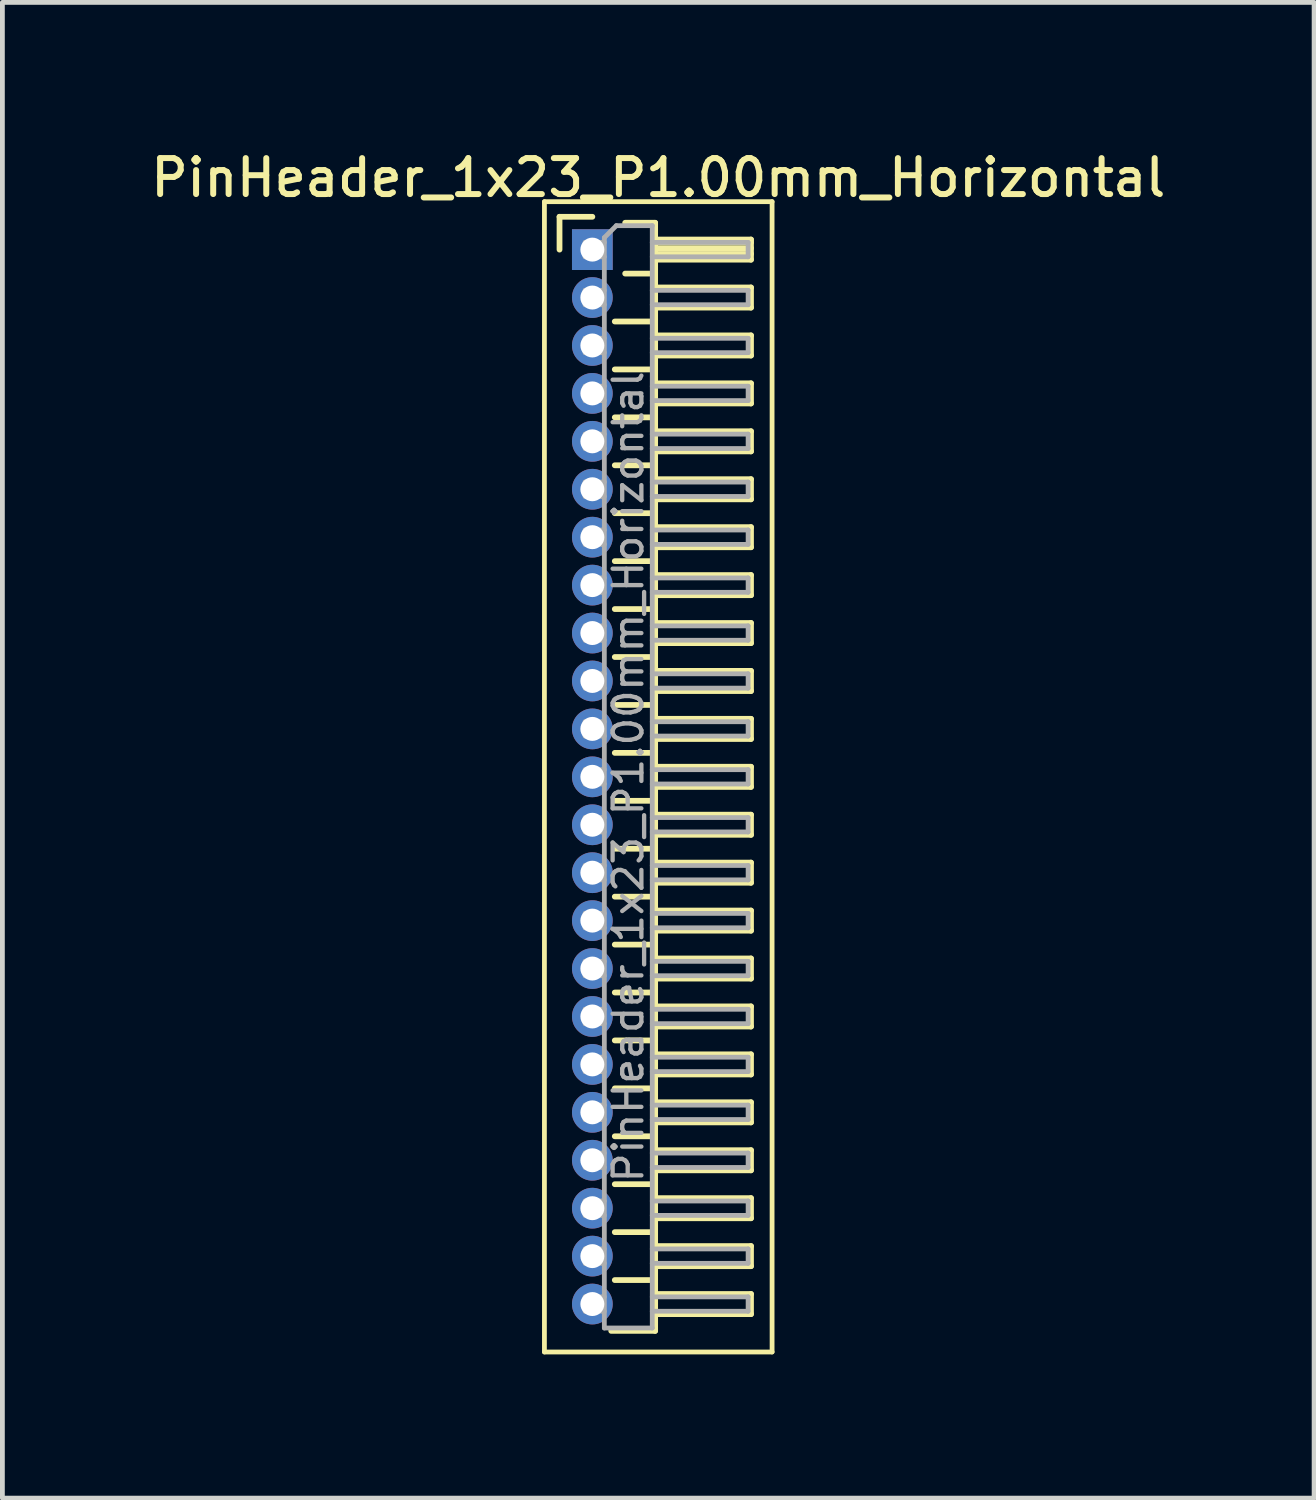
<source format=kicad_pcb>
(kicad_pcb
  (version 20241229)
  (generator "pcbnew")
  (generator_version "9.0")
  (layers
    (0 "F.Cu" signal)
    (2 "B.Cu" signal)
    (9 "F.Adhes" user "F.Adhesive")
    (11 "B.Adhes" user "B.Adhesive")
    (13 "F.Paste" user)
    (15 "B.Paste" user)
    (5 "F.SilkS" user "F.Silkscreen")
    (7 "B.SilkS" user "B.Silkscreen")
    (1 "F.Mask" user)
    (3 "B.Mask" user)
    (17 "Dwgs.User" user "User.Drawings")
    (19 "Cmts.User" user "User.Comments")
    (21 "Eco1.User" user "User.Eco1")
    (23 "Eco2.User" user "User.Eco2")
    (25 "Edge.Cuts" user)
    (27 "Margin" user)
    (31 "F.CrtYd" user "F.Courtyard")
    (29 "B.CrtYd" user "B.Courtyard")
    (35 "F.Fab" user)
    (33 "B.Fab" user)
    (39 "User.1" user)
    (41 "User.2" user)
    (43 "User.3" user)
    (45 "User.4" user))
  (footprint "PinHeader_1x23_P1.00mm_Horizontal"
    (layer "F.Cu")
    (at 9.309 2.158)
    (property "Reference" "PinHeader_1x23_P1.00mm_Horizontal" (at 1.375 -1.5 0) (layer "F.SilkS") (effects (font (size 0.75 0.75) (thickness 0.125))))
    (attr through_hole)
    (fp_line (start -1 -1) (end -1 23) (stroke (width 0.1) (type solid)) (layer "F.SilkS"))
    (fp_line (start -1 23) (end 3.75 23) (stroke (width 0.1) (type solid)) (layer "F.SilkS"))
    (fp_line (start -0.685 -0.685) (end 0 -0.685) (stroke (width 0.12) (type solid)) (layer "F.SilkS"))
    (fp_line (start -0.685 0) (end -0.685 -0.685) (stroke (width 0.12) (type solid)) (layer "F.SilkS"))
    (fp_line (start 0.468 1.5) (end 1.31 1.5) (stroke (width 0.12) (type solid)) (layer "F.SilkS"))
    (fp_line (start 0.468 2.5) (end 1.31 2.5) (stroke (width 0.12) (type solid)) (layer "F.SilkS"))
    (fp_line (start 0.468 3.5) (end 1.31 3.5) (stroke (width 0.12) (type solid)) (layer "F.SilkS"))
    (fp_line (start 0.468 4.5) (end 1.31 4.5) (stroke (width 0.12) (type solid)) (layer "F.SilkS"))
    (fp_line (start 0.468 5.5) (end 1.31 5.5) (stroke (width 0.12) (type solid)) (layer "F.SilkS"))
    (fp_line (start 0.468 6.5) (end 1.31 6.5) (stroke (width 0.12) (type solid)) (layer "F.SilkS"))
    (fp_line (start 0.468 7.5) (end 1.31 7.5) (stroke (width 0.12) (type solid)) (layer "F.SilkS"))
    (fp_line (start 0.468 8.5) (end 1.31 8.5) (stroke (width 0.12) (type solid)) (layer "F.SilkS"))
    (fp_line (start 0.468 9.5) (end 1.31 9.5) (stroke (width 0.12) (type solid)) (layer "F.SilkS"))
    (fp_line (start 0.468 10.5) (end 1.31 10.5) (stroke (width 0.12) (type solid)) (layer "F.SilkS"))
    (fp_line (start 0.468 11.5) (end 1.31 11.5) (stroke (width 0.12) (type solid)) (layer "F.SilkS"))
    (fp_line (start 0.468 12.5) (end 1.31 12.5) (stroke (width 0.12) (type solid)) (layer "F.SilkS"))
    (fp_line (start 0.468 13.5) (end 1.31 13.5) (stroke (width 0.12) (type solid)) (layer "F.SilkS"))
    (fp_line (start 0.468 14.5) (end 1.31 14.5) (stroke (width 0.12) (type solid)) (layer "F.SilkS"))
    (fp_line (start 0.468 15.5) (end 1.31 15.5) (stroke (width 0.12) (type solid)) (layer "F.SilkS"))
    (fp_line (start 0.468 16.5) (end 1.31 16.5) (stroke (width 0.12) (type solid)) (layer "F.SilkS"))
    (fp_line (start 0.468 17.5) (end 1.31 17.5) (stroke (width 0.12) (type solid)) (layer "F.SilkS"))
    (fp_line (start 0.468 18.5) (end 1.31 18.5) (stroke (width 0.12) (type solid)) (layer "F.SilkS"))
    (fp_line (start 0.468 19.5) (end 1.31 19.5) (stroke (width 0.12) (type solid)) (layer "F.SilkS"))
    (fp_line (start 0.468 20.5) (end 1.31 20.5) (stroke (width 0.12) (type solid)) (layer "F.SilkS"))
    (fp_line (start 0.468 21.5) (end 1.31 21.5) (stroke (width 0.12) (type solid)) (layer "F.SilkS"))
    (fp_line (start 0.685 -0.56) (end 1.31 -0.56) (stroke (width 0.12) (type solid)) (layer "F.SilkS"))
    (fp_line (start 0.685 0.5) (end 1.31 0.5) (stroke (width 0.12) (type solid)) (layer "F.SilkS"))
    (fp_line (start 1.31 -0.56) (end 1.31 22.56) (stroke (width 0.12) (type solid)) (layer "F.SilkS"))
    (fp_line (start 1.31 -0.21) (end 3.31 -0.21) (stroke (width 0.12) (type solid)) (layer "F.SilkS"))
    (fp_line (start 1.31 -0.15) (end 3.31 -0.15) (stroke (width 0.12) (type solid)) (layer "F.SilkS"))
    (fp_line (start 1.31 -0.03) (end 3.31 -0.03) (stroke (width 0.12) (type solid)) (layer "F.SilkS"))
    (fp_line (start 1.31 0.09) (end 3.31 0.09) (stroke (width 0.12) (type solid)) (layer "F.SilkS"))
    (fp_line (start 1.31 0.79) (end 3.31 0.79) (stroke (width 0.12) (type solid)) (layer "F.SilkS"))
    (fp_line (start 1.31 1.79) (end 3.31 1.79) (stroke (width 0.12) (type solid)) (layer "F.SilkS"))
    (fp_line (start 1.31 2.79) (end 3.31 2.79) (stroke (width 0.12) (type solid)) (layer "F.SilkS"))
    (fp_line (start 1.31 3.79) (end 3.31 3.79) (stroke (width 0.12) (type solid)) (layer "F.SilkS"))
    (fp_line (start 1.31 4.79) (end 3.31 4.79) (stroke (width 0.12) (type solid)) (layer "F.SilkS"))
    (fp_line (start 1.31 5.79) (end 3.31 5.79) (stroke (width 0.12) (type solid)) (layer "F.SilkS"))
    (fp_line (start 1.31 6.79) (end 3.31 6.79) (stroke (width 0.12) (type solid)) (layer "F.SilkS"))
    (fp_line (start 1.31 7.79) (end 3.31 7.79) (stroke (width 0.12) (type solid)) (layer "F.SilkS"))
    (fp_line (start 1.31 8.79) (end 3.31 8.79) (stroke (width 0.12) (type solid)) (layer "F.SilkS"))
    (fp_line (start 1.31 9.79) (end 3.31 9.79) (stroke (width 0.12) (type solid)) (layer "F.SilkS"))
    (fp_line (start 1.31 10.79) (end 3.31 10.79) (stroke (width 0.12) (type solid)) (layer "F.SilkS"))
    (fp_line (start 1.31 11.79) (end 3.31 11.79) (stroke (width 0.12) (type solid)) (layer "F.SilkS"))
    (fp_line (start 1.31 12.79) (end 3.31 12.79) (stroke (width 0.12) (type solid)) (layer "F.SilkS"))
    (fp_line (start 1.31 13.79) (end 3.31 13.79) (stroke (width 0.12) (type solid)) (layer "F.SilkS"))
    (fp_line (start 1.31 14.79) (end 3.31 14.79) (stroke (width 0.12) (type solid)) (layer "F.SilkS"))
    (fp_line (start 1.31 15.79) (end 3.31 15.79) (stroke (width 0.12) (type solid)) (layer "F.SilkS"))
    (fp_line (start 1.31 16.79) (end 3.31 16.79) (stroke (width 0.12) (type solid)) (layer "F.SilkS"))
    (fp_line (start 1.31 17.79) (end 3.31 17.79) (stroke (width 0.12) (type solid)) (layer "F.SilkS"))
    (fp_line (start 1.31 18.79) (end 3.31 18.79) (stroke (width 0.12) (type solid)) (layer "F.SilkS"))
    (fp_line (start 1.31 19.79) (end 3.31 19.79) (stroke (width 0.12) (type solid)) (layer "F.SilkS"))
    (fp_line (start 1.31 20.79) (end 3.31 20.79) (stroke (width 0.12) (type solid)) (layer "F.SilkS"))
    (fp_line (start 1.31 21.79) (end 3.31 21.79) (stroke (width 0.12) (type solid)) (layer "F.SilkS"))
    (fp_line (start 1.31 22.56) (end 0.394 22.56) (stroke (width 0.12) (type solid)) (layer "F.SilkS"))
    (fp_line (start 3.31 -0.21) (end 3.31 0.21) (stroke (width 0.12) (type solid)) (layer "F.SilkS"))
    (fp_line (start 3.31 0.21) (end 1.31 0.21) (stroke (width 0.12) (type solid)) (layer "F.SilkS"))
    (fp_line (start 3.31 0.79) (end 3.31 1.21) (stroke (width 0.12) (type solid)) (layer "F.SilkS"))
    (fp_line (start 3.31 1.21) (end 1.31 1.21) (stroke (width 0.12) (type solid)) (layer "F.SilkS"))
    (fp_line (start 3.31 1.79) (end 3.31 2.21) (stroke (width 0.12) (type solid)) (layer "F.SilkS"))
    (fp_line (start 3.31 2.21) (end 1.31 2.21) (stroke (width 0.12) (type solid)) (layer "F.SilkS"))
    (fp_line (start 3.31 2.79) (end 3.31 3.21) (stroke (width 0.12) (type solid)) (layer "F.SilkS"))
    (fp_line (start 3.31 3.21) (end 1.31 3.21) (stroke (width 0.12) (type solid)) (layer "F.SilkS"))
    (fp_line (start 3.31 3.79) (end 3.31 4.21) (stroke (width 0.12) (type solid)) (layer "F.SilkS"))
    (fp_line (start 3.31 4.21) (end 1.31 4.21) (stroke (width 0.12) (type solid)) (layer "F.SilkS"))
    (fp_line (start 3.31 4.79) (end 3.31 5.21) (stroke (width 0.12) (type solid)) (layer "F.SilkS"))
    (fp_line (start 3.31 5.21) (end 1.31 5.21) (stroke (width 0.12) (type solid)) (layer "F.SilkS"))
    (fp_line (start 3.31 5.79) (end 3.31 6.21) (stroke (width 0.12) (type solid)) (layer "F.SilkS"))
    (fp_line (start 3.31 6.21) (end 1.31 6.21) (stroke (width 0.12) (type solid)) (layer "F.SilkS"))
    (fp_line (start 3.31 6.79) (end 3.31 7.21) (stroke (width 0.12) (type solid)) (layer "F.SilkS"))
    (fp_line (start 3.31 7.21) (end 1.31 7.21) (stroke (width 0.12) (type solid)) (layer "F.SilkS"))
    (fp_line (start 3.31 7.79) (end 3.31 8.21) (stroke (width 0.12) (type solid)) (layer "F.SilkS"))
    (fp_line (start 3.31 8.21) (end 1.31 8.21) (stroke (width 0.12) (type solid)) (layer "F.SilkS"))
    (fp_line (start 3.31 8.79) (end 3.31 9.21) (stroke (width 0.12) (type solid)) (layer "F.SilkS"))
    (fp_line (start 3.31 9.21) (end 1.31 9.21) (stroke (width 0.12) (type solid)) (layer "F.SilkS"))
    (fp_line (start 3.31 9.79) (end 3.31 10.21) (stroke (width 0.12) (type solid)) (layer "F.SilkS"))
    (fp_line (start 3.31 10.21) (end 1.31 10.21) (stroke (width 0.12) (type solid)) (layer "F.SilkS"))
    (fp_line (start 3.31 10.79) (end 3.31 11.21) (stroke (width 0.12) (type solid)) (layer "F.SilkS"))
    (fp_line (start 3.31 11.21) (end 1.31 11.21) (stroke (width 0.12) (type solid)) (layer "F.SilkS"))
    (fp_line (start 3.31 11.79) (end 3.31 12.21) (stroke (width 0.12) (type solid)) (layer "F.SilkS"))
    (fp_line (start 3.31 12.21) (end 1.31 12.21) (stroke (width 0.12) (type solid)) (layer "F.SilkS"))
    (fp_line (start 3.31 12.79) (end 3.31 13.21) (stroke (width 0.12) (type solid)) (layer "F.SilkS"))
    (fp_line (start 3.31 13.21) (end 1.31 13.21) (stroke (width 0.12) (type solid)) (layer "F.SilkS"))
    (fp_line (start 3.31 13.79) (end 3.31 14.21) (stroke (width 0.12) (type solid)) (layer "F.SilkS"))
    (fp_line (start 3.31 14.21) (end 1.31 14.21) (stroke (width 0.12) (type solid)) (layer "F.SilkS"))
    (fp_line (start 3.31 14.79) (end 3.31 15.21) (stroke (width 0.12) (type solid)) (layer "F.SilkS"))
    (fp_line (start 3.31 15.21) (end 1.31 15.21) (stroke (width 0.12) (type solid)) (layer "F.SilkS"))
    (fp_line (start 3.31 15.79) (end 3.31 16.21) (stroke (width 0.12) (type solid)) (layer "F.SilkS"))
    (fp_line (start 3.31 16.21) (end 1.31 16.21) (stroke (width 0.12) (type solid)) (layer "F.SilkS"))
    (fp_line (start 3.31 16.79) (end 3.31 17.21) (stroke (width 0.12) (type solid)) (layer "F.SilkS"))
    (fp_line (start 3.31 17.21) (end 1.31 17.21) (stroke (width 0.12) (type solid)) (layer "F.SilkS"))
    (fp_line (start 3.31 17.79) (end 3.31 18.21) (stroke (width 0.12) (type solid)) (layer "F.SilkS"))
    (fp_line (start 3.31 18.21) (end 1.31 18.21) (stroke (width 0.12) (type solid)) (layer "F.SilkS"))
    (fp_line (start 3.31 18.79) (end 3.31 19.21) (stroke (width 0.12) (type solid)) (layer "F.SilkS"))
    (fp_line (start 3.31 19.21) (end 1.31 19.21) (stroke (width 0.12) (type solid)) (layer "F.SilkS"))
    (fp_line (start 3.31 19.79) (end 3.31 20.21) (stroke (width 0.12) (type solid)) (layer "F.SilkS"))
    (fp_line (start 3.31 20.21) (end 1.31 20.21) (stroke (width 0.12) (type solid)) (layer "F.SilkS"))
    (fp_line (start 3.31 20.79) (end 3.31 21.21) (stroke (width 0.12) (type solid)) (layer "F.SilkS"))
    (fp_line (start 3.31 21.21) (end 1.31 21.21) (stroke (width 0.12) (type solid)) (layer "F.SilkS"))
    (fp_line (start 3.31 21.79) (end 3.31 22.21) (stroke (width 0.12) (type solid)) (layer "F.SilkS"))
    (fp_line (start 3.31 22.21) (end 1.31 22.21) (stroke (width 0.12) (type solid)) (layer "F.SilkS"))
    (fp_line (start 3.75 -1) (end -1 -1) (stroke (width 0.1) (type solid)) (layer "F.SilkS"))
    (fp_line (start 3.75 23) (end 3.75 -1) (stroke (width 0.1) (type solid)) (layer "F.SilkS"))
    (fp_line (start -0.15 -0.15) (end -0.15 0.15) (stroke (width 0.1) (type solid)) (layer "F.Fab"))
    (fp_line (start -0.15 -0.15) (end 0.25 -0.15) (stroke (width 0.1) (type solid)) (layer "F.Fab"))
    (fp_line (start -0.15 0.15) (end 0.25 0.15) (stroke (width 0.1) (type solid)) (layer "F.Fab"))
    (fp_line (start -0.15 0.85) (end -0.15 1.15) (stroke (width 0.1) (type solid)) (layer "F.Fab"))
    (fp_line (start -0.15 0.85) (end 0.25 0.85) (stroke (width 0.1) (type solid)) (layer "F.Fab"))
    (fp_line (start -0.15 1.15) (end 0.25 1.15) (stroke (width 0.1) (type solid)) (layer "F.Fab"))
    (fp_line (start -0.15 1.85) (end -0.15 2.15) (stroke (width 0.1) (type solid)) (layer "F.Fab"))
    (fp_line (start -0.15 1.85) (end 0.25 1.85) (stroke (width 0.1) (type solid)) (layer "F.Fab"))
    (fp_line (start -0.15 2.15) (end 0.25 2.15) (stroke (width 0.1) (type solid)) (layer "F.Fab"))
    (fp_line (start -0.15 2.85) (end -0.15 3.15) (stroke (width 0.1) (type solid)) (layer "F.Fab"))
    (fp_line (start -0.15 2.85) (end 0.25 2.85) (stroke (width 0.1) (type solid)) (layer "F.Fab"))
    (fp_line (start -0.15 3.15) (end 0.25 3.15) (stroke (width 0.1) (type solid)) (layer "F.Fab"))
    (fp_line (start -0.15 3.85) (end -0.15 4.15) (stroke (width 0.1) (type solid)) (layer "F.Fab"))
    (fp_line (start -0.15 3.85) (end 0.25 3.85) (stroke (width 0.1) (type solid)) (layer "F.Fab"))
    (fp_line (start -0.15 4.15) (end 0.25 4.15) (stroke (width 0.1) (type solid)) (layer "F.Fab"))
    (fp_line (start -0.15 4.85) (end -0.15 5.15) (stroke (width 0.1) (type solid)) (layer "F.Fab"))
    (fp_line (start -0.15 4.85) (end 0.25 4.85) (stroke (width 0.1) (type solid)) (layer "F.Fab"))
    (fp_line (start -0.15 5.15) (end 0.25 5.15) (stroke (width 0.1) (type solid)) (layer "F.Fab"))
    (fp_line (start -0.15 5.85) (end -0.15 6.15) (stroke (width 0.1) (type solid)) (layer "F.Fab"))
    (fp_line (start -0.15 5.85) (end 0.25 5.85) (stroke (width 0.1) (type solid)) (layer "F.Fab"))
    (fp_line (start -0.15 6.15) (end 0.25 6.15) (stroke (width 0.1) (type solid)) (layer "F.Fab"))
    (fp_line (start -0.15 6.85) (end -0.15 7.15) (stroke (width 0.1) (type solid)) (layer "F.Fab"))
    (fp_line (start -0.15 6.85) (end 0.25 6.85) (stroke (width 0.1) (type solid)) (layer "F.Fab"))
    (fp_line (start -0.15 7.15) (end 0.25 7.15) (stroke (width 0.1) (type solid)) (layer "F.Fab"))
    (fp_line (start -0.15 7.85) (end -0.15 8.15) (stroke (width 0.1) (type solid)) (layer "F.Fab"))
    (fp_line (start -0.15 7.85) (end 0.25 7.85) (stroke (width 0.1) (type solid)) (layer "F.Fab"))
    (fp_line (start -0.15 8.15) (end 0.25 8.15) (stroke (width 0.1) (type solid)) (layer "F.Fab"))
    (fp_line (start -0.15 8.85) (end -0.15 9.15) (stroke (width 0.1) (type solid)) (layer "F.Fab"))
    (fp_line (start -0.15 8.85) (end 0.25 8.85) (stroke (width 0.1) (type solid)) (layer "F.Fab"))
    (fp_line (start -0.15 9.15) (end 0.25 9.15) (stroke (width 0.1) (type solid)) (layer "F.Fab"))
    (fp_line (start -0.15 9.85) (end -0.15 10.15) (stroke (width 0.1) (type solid)) (layer "F.Fab"))
    (fp_line (start -0.15 9.85) (end 0.25 9.85) (stroke (width 0.1) (type solid)) (layer "F.Fab"))
    (fp_line (start -0.15 10.15) (end 0.25 10.15) (stroke (width 0.1) (type solid)) (layer "F.Fab"))
    (fp_line (start -0.15 10.85) (end -0.15 11.15) (stroke (width 0.1) (type solid)) (layer "F.Fab"))
    (fp_line (start -0.15 10.85) (end 0.25 10.85) (stroke (width 0.1) (type solid)) (layer "F.Fab"))
    (fp_line (start -0.15 11.15) (end 0.25 11.15) (stroke (width 0.1) (type solid)) (layer "F.Fab"))
    (fp_line (start -0.15 11.85) (end -0.15 12.15) (stroke (width 0.1) (type solid)) (layer "F.Fab"))
    (fp_line (start -0.15 11.85) (end 0.25 11.85) (stroke (width 0.1) (type solid)) (layer "F.Fab"))
    (fp_line (start -0.15 12.15) (end 0.25 12.15) (stroke (width 0.1) (type solid)) (layer "F.Fab"))
    (fp_line (start -0.15 12.85) (end -0.15 13.15) (stroke (width 0.1) (type solid)) (layer "F.Fab"))
    (fp_line (start -0.15 12.85) (end 0.25 12.85) (stroke (width 0.1) (type solid)) (layer "F.Fab"))
    (fp_line (start -0.15 13.15) (end 0.25 13.15) (stroke (width 0.1) (type solid)) (layer "F.Fab"))
    (fp_line (start -0.15 13.85) (end -0.15 14.15) (stroke (width 0.1) (type solid)) (layer "F.Fab"))
    (fp_line (start -0.15 13.85) (end 0.25 13.85) (stroke (width 0.1) (type solid)) (layer "F.Fab"))
    (fp_line (start -0.15 14.15) (end 0.25 14.15) (stroke (width 0.1) (type solid)) (layer "F.Fab"))
    (fp_line (start -0.15 14.85) (end -0.15 15.15) (stroke (width 0.1) (type solid)) (layer "F.Fab"))
    (fp_line (start -0.15 14.85) (end 0.25 14.85) (stroke (width 0.1) (type solid)) (layer "F.Fab"))
    (fp_line (start -0.15 15.15) (end 0.25 15.15) (stroke (width 0.1) (type solid)) (layer "F.Fab"))
    (fp_line (start -0.15 15.85) (end -0.15 16.15) (stroke (width 0.1) (type solid)) (layer "F.Fab"))
    (fp_line (start -0.15 15.85) (end 0.25 15.85) (stroke (width 0.1) (type solid)) (layer "F.Fab"))
    (fp_line (start -0.15 16.15) (end 0.25 16.15) (stroke (width 0.1) (type solid)) (layer "F.Fab"))
    (fp_line (start -0.15 16.85) (end -0.15 17.15) (stroke (width 0.1) (type solid)) (layer "F.Fab"))
    (fp_line (start -0.15 16.85) (end 0.25 16.85) (stroke (width 0.1) (type solid)) (layer "F.Fab"))
    (fp_line (start -0.15 17.15) (end 0.25 17.15) (stroke (width 0.1) (type solid)) (layer "F.Fab"))
    (fp_line (start -0.15 17.85) (end -0.15 18.15) (stroke (width 0.1) (type solid)) (layer "F.Fab"))
    (fp_line (start -0.15 17.85) (end 0.25 17.85) (stroke (width 0.1) (type solid)) (layer "F.Fab"))
    (fp_line (start -0.15 18.15) (end 0.25 18.15) (stroke (width 0.1) (type solid)) (layer "F.Fab"))
    (fp_line (start -0.15 18.85) (end -0.15 19.15) (stroke (width 0.1) (type solid)) (layer "F.Fab"))
    (fp_line (start -0.15 18.85) (end 0.25 18.85) (stroke (width 0.1) (type solid)) (layer "F.Fab"))
    (fp_line (start -0.15 19.15) (end 0.25 19.15) (stroke (width 0.1) (type solid)) (layer "F.Fab"))
    (fp_line (start -0.15 19.85) (end -0.15 20.15) (stroke (width 0.1) (type solid)) (layer "F.Fab"))
    (fp_line (start -0.15 19.85) (end 0.25 19.85) (stroke (width 0.1) (type solid)) (layer "F.Fab"))
    (fp_line (start -0.15 20.15) (end 0.25 20.15) (stroke (width 0.1) (type solid)) (layer "F.Fab"))
    (fp_line (start -0.15 20.85) (end -0.15 21.15) (stroke (width 0.1) (type solid)) (layer "F.Fab"))
    (fp_line (start -0.15 20.85) (end 0.25 20.85) (stroke (width 0.1) (type solid)) (layer "F.Fab"))
    (fp_line (start -0.15 21.15) (end 0.25 21.15) (stroke (width 0.1) (type solid)) (layer "F.Fab"))
    (fp_line (start -0.15 21.85) (end -0.15 22.15) (stroke (width 0.1) (type solid)) (layer "F.Fab"))
    (fp_line (start -0.15 21.85) (end 0.25 21.85) (stroke (width 0.1) (type solid)) (layer "F.Fab"))
    (fp_line (start -0.15 22.15) (end 0.25 22.15) (stroke (width 0.1) (type solid)) (layer "F.Fab"))
    (fp_line (start 0.25 -0.25) (end 0.5 -0.5) (stroke (width 0.1) (type solid)) (layer "F.Fab"))
    (fp_line (start 0.25 22.5) (end 0.25 -0.25) (stroke (width 0.1) (type solid)) (layer "F.Fab"))
    (fp_line (start 0.5 -0.5) (end 1.25 -0.5) (stroke (width 0.1) (type solid)) (layer "F.Fab"))
    (fp_line (start 1.25 -0.5) (end 1.25 22.5) (stroke (width 0.1) (type solid)) (layer "F.Fab"))
    (fp_line (start 1.25 -0.15) (end 3.25 -0.15) (stroke (width 0.1) (type solid)) (layer "F.Fab"))
    (fp_line (start 1.25 0.15) (end 3.25 0.15) (stroke (width 0.1) (type solid)) (layer "F.Fab"))
    (fp_line (start 1.25 0.85) (end 3.25 0.85) (stroke (width 0.1) (type solid)) (layer "F.Fab"))
    (fp_line (start 1.25 1.15) (end 3.25 1.15) (stroke (width 0.1) (type solid)) (layer "F.Fab"))
    (fp_line (start 1.25 1.85) (end 3.25 1.85) (stroke (width 0.1) (type solid)) (layer "F.Fab"))
    (fp_line (start 1.25 2.15) (end 3.25 2.15) (stroke (width 0.1) (type solid)) (layer "F.Fab"))
    (fp_line (start 1.25 2.85) (end 3.25 2.85) (stroke (width 0.1) (type solid)) (layer "F.Fab"))
    (fp_line (start 1.25 3.15) (end 3.25 3.15) (stroke (width 0.1) (type solid)) (layer "F.Fab"))
    (fp_line (start 1.25 3.85) (end 3.25 3.85) (stroke (width 0.1) (type solid)) (layer "F.Fab"))
    (fp_line (start 1.25 4.15) (end 3.25 4.15) (stroke (width 0.1) (type solid)) (layer "F.Fab"))
    (fp_line (start 1.25 4.85) (end 3.25 4.85) (stroke (width 0.1) (type solid)) (layer "F.Fab"))
    (fp_line (start 1.25 5.15) (end 3.25 5.15) (stroke (width 0.1) (type solid)) (layer "F.Fab"))
    (fp_line (start 1.25 5.85) (end 3.25 5.85) (stroke (width 0.1) (type solid)) (layer "F.Fab"))
    (fp_line (start 1.25 6.15) (end 3.25 6.15) (stroke (width 0.1) (type solid)) (layer "F.Fab"))
    (fp_line (start 1.25 6.85) (end 3.25 6.85) (stroke (width 0.1) (type solid)) (layer "F.Fab"))
    (fp_line (start 1.25 7.15) (end 3.25 7.15) (stroke (width 0.1) (type solid)) (layer "F.Fab"))
    (fp_line (start 1.25 7.85) (end 3.25 7.85) (stroke (width 0.1) (type solid)) (layer "F.Fab"))
    (fp_line (start 1.25 8.15) (end 3.25 8.15) (stroke (width 0.1) (type solid)) (layer "F.Fab"))
    (fp_line (start 1.25 8.85) (end 3.25 8.85) (stroke (width 0.1) (type solid)) (layer "F.Fab"))
    (fp_line (start 1.25 9.15) (end 3.25 9.15) (stroke (width 0.1) (type solid)) (layer "F.Fab"))
    (fp_line (start 1.25 9.85) (end 3.25 9.85) (stroke (width 0.1) (type solid)) (layer "F.Fab"))
    (fp_line (start 1.25 10.15) (end 3.25 10.15) (stroke (width 0.1) (type solid)) (layer "F.Fab"))
    (fp_line (start 1.25 10.85) (end 3.25 10.85) (stroke (width 0.1) (type solid)) (layer "F.Fab"))
    (fp_line (start 1.25 11.15) (end 3.25 11.15) (stroke (width 0.1) (type solid)) (layer "F.Fab"))
    (fp_line (start 1.25 11.85) (end 3.25 11.85) (stroke (width 0.1) (type solid)) (layer "F.Fab"))
    (fp_line (start 1.25 12.15) (end 3.25 12.15) (stroke (width 0.1) (type solid)) (layer "F.Fab"))
    (fp_line (start 1.25 12.85) (end 3.25 12.85) (stroke (width 0.1) (type solid)) (layer "F.Fab"))
    (fp_line (start 1.25 13.15) (end 3.25 13.15) (stroke (width 0.1) (type solid)) (layer "F.Fab"))
    (fp_line (start 1.25 13.85) (end 3.25 13.85) (stroke (width 0.1) (type solid)) (layer "F.Fab"))
    (fp_line (start 1.25 14.15) (end 3.25 14.15) (stroke (width 0.1) (type solid)) (layer "F.Fab"))
    (fp_line (start 1.25 14.85) (end 3.25 14.85) (stroke (width 0.1) (type solid)) (layer "F.Fab"))
    (fp_line (start 1.25 15.15) (end 3.25 15.15) (stroke (width 0.1) (type solid)) (layer "F.Fab"))
    (fp_line (start 1.25 15.85) (end 3.25 15.85) (stroke (width 0.1) (type solid)) (layer "F.Fab"))
    (fp_line (start 1.25 16.15) (end 3.25 16.15) (stroke (width 0.1) (type solid)) (layer "F.Fab"))
    (fp_line (start 1.25 16.85) (end 3.25 16.85) (stroke (width 0.1) (type solid)) (layer "F.Fab"))
    (fp_line (start 1.25 17.15) (end 3.25 17.15) (stroke (width 0.1) (type solid)) (layer "F.Fab"))
    (fp_line (start 1.25 17.85) (end 3.25 17.85) (stroke (width 0.1) (type solid)) (layer "F.Fab"))
    (fp_line (start 1.25 18.15) (end 3.25 18.15) (stroke (width 0.1) (type solid)) (layer "F.Fab"))
    (fp_line (start 1.25 18.85) (end 3.25 18.85) (stroke (width 0.1) (type solid)) (layer "F.Fab"))
    (fp_line (start 1.25 19.15) (end 3.25 19.15) (stroke (width 0.1) (type solid)) (layer "F.Fab"))
    (fp_line (start 1.25 19.85) (end 3.25 19.85) (stroke (width 0.1) (type solid)) (layer "F.Fab"))
    (fp_line (start 1.25 20.15) (end 3.25 20.15) (stroke (width 0.1) (type solid)) (layer "F.Fab"))
    (fp_line (start 1.25 20.85) (end 3.25 20.85) (stroke (width 0.1) (type solid)) (layer "F.Fab"))
    (fp_line (start 1.25 21.15) (end 3.25 21.15) (stroke (width 0.1) (type solid)) (layer "F.Fab"))
    (fp_line (start 1.25 21.85) (end 3.25 21.85) (stroke (width 0.1) (type solid)) (layer "F.Fab"))
    (fp_line (start 1.25 22.15) (end 3.25 22.15) (stroke (width 0.1) (type solid)) (layer "F.Fab"))
    (fp_line (start 1.25 22.5) (end 0.25 22.5) (stroke (width 0.1) (type solid)) (layer "F.Fab"))
    (fp_line (start 3.25 -0.15) (end 3.25 0.15) (stroke (width 0.1) (type solid)) (layer "F.Fab"))
    (fp_line (start 3.25 0.85) (end 3.25 1.15) (stroke (width 0.1) (type solid)) (layer "F.Fab"))
    (fp_line (start 3.25 1.85) (end 3.25 2.15) (stroke (width 0.1) (type solid)) (layer "F.Fab"))
    (fp_line (start 3.25 2.85) (end 3.25 3.15) (stroke (width 0.1) (type solid)) (layer "F.Fab"))
    (fp_line (start 3.25 3.85) (end 3.25 4.15) (stroke (width 0.1) (type solid)) (layer "F.Fab"))
    (fp_line (start 3.25 4.85) (end 3.25 5.15) (stroke (width 0.1) (type solid)) (layer "F.Fab"))
    (fp_line (start 3.25 5.85) (end 3.25 6.15) (stroke (width 0.1) (type solid)) (layer "F.Fab"))
    (fp_line (start 3.25 6.85) (end 3.25 7.15) (stroke (width 0.1) (type solid)) (layer "F.Fab"))
    (fp_line (start 3.25 7.85) (end 3.25 8.15) (stroke (width 0.1) (type solid)) (layer "F.Fab"))
    (fp_line (start 3.25 8.85) (end 3.25 9.15) (stroke (width 0.1) (type solid)) (layer "F.Fab"))
    (fp_line (start 3.25 9.85) (end 3.25 10.15) (stroke (width 0.1) (type solid)) (layer "F.Fab"))
    (fp_line (start 3.25 10.85) (end 3.25 11.15) (stroke (width 0.1) (type solid)) (layer "F.Fab"))
    (fp_line (start 3.25 11.85) (end 3.25 12.15) (stroke (width 0.1) (type solid)) (layer "F.Fab"))
    (fp_line (start 3.25 12.85) (end 3.25 13.15) (stroke (width 0.1) (type solid)) (layer "F.Fab"))
    (fp_line (start 3.25 13.85) (end 3.25 14.15) (stroke (width 0.1) (type solid)) (layer "F.Fab"))
    (fp_line (start 3.25 14.85) (end 3.25 15.15) (stroke (width 0.1) (type solid)) (layer "F.Fab"))
    (fp_line (start 3.25 15.85) (end 3.25 16.15) (stroke (width 0.1) (type solid)) (layer "F.Fab"))
    (fp_line (start 3.25 16.85) (end 3.25 17.15) (stroke (width 0.1) (type solid)) (layer "F.Fab"))
    (fp_line (start 3.25 17.85) (end 3.25 18.15) (stroke (width 0.1) (type solid)) (layer "F.Fab"))
    (fp_line (start 3.25 18.85) (end 3.25 19.15) (stroke (width 0.1) (type solid)) (layer "F.Fab"))
    (fp_line (start 3.25 19.85) (end 3.25 20.15) (stroke (width 0.1) (type solid)) (layer "F.Fab"))
    (fp_line (start 3.25 20.85) (end 3.25 21.15) (stroke (width 0.1) (type solid)) (layer "F.Fab"))
    (fp_line (start 3.25 21.85) (end 3.25 22.15) (stroke (width 0.1) (type solid)) (layer "F.Fab"))
    (fp_text user "${REFERENCE}" (at 0.75 11 90) (layer "F.Fab") (effects (font (size 0.6 0.6) (thickness 0.09))))
    (pad "1" thru_hole rect (at 0 0) (size 0.85 0.85) (drill 0.5) (layers "*.Cu" "*.Mask"))
    (pad "2" thru_hole oval (at 0 1) (size 0.85 0.85) (drill 0.5) (layers "*.Cu" "*.Mask"))
    (pad "3" thru_hole oval (at 0 2) (size 0.85 0.85) (drill 0.5) (layers "*.Cu" "*.Mask"))
    (pad "4" thru_hole oval (at 0 3) (size 0.85 0.85) (drill 0.5) (layers "*.Cu" "*.Mask"))
    (pad "5" thru_hole oval (at 0 4) (size 0.85 0.85) (drill 0.5) (layers "*.Cu" "*.Mask"))
    (pad "6" thru_hole oval (at 0 5) (size 0.85 0.85) (drill 0.5) (layers "*.Cu" "*.Mask"))
    (pad "7" thru_hole oval (at 0 6) (size 0.85 0.85) (drill 0.5) (layers "*.Cu" "*.Mask"))
    (pad "8" thru_hole oval (at 0 7) (size 0.85 0.85) (drill 0.5) (layers "*.Cu" "*.Mask"))
    (pad "9" thru_hole oval (at 0 8) (size 0.85 0.85) (drill 0.5) (layers "*.Cu" "*.Mask"))
    (pad "10" thru_hole oval (at 0 9) (size 0.85 0.85) (drill 0.5) (layers "*.Cu" "*.Mask"))
    (pad "11" thru_hole oval (at 0 10) (size 0.85 0.85) (drill 0.5) (layers "*.Cu" "*.Mask"))
    (pad "12" thru_hole oval (at 0 11) (size 0.85 0.85) (drill 0.5) (layers "*.Cu" "*.Mask"))
    (pad "13" thru_hole oval (at 0 12) (size 0.85 0.85) (drill 0.5) (layers "*.Cu" "*.Mask"))
    (pad "14" thru_hole oval (at 0 13) (size 0.85 0.85) (drill 0.5) (layers "*.Cu" "*.Mask"))
    (pad "15" thru_hole oval (at 0 14) (size 0.85 0.85) (drill 0.5) (layers "*.Cu" "*.Mask"))
    (pad "16" thru_hole oval (at 0 15) (size 0.85 0.85) (drill 0.5) (layers "*.Cu" "*.Mask"))
    (pad "17" thru_hole oval (at 0 16) (size 0.85 0.85) (drill 0.5) (layers "*.Cu" "*.Mask"))
    (pad "18" thru_hole oval (at 0 17) (size 0.85 0.85) (drill 0.5) (layers "*.Cu" "*.Mask"))
    (pad "19" thru_hole oval (at 0 18) (size 0.85 0.85) (drill 0.5) (layers "*.Cu" "*.Mask"))
    (pad "20" thru_hole oval (at 0 19) (size 0.85 0.85) (drill 0.5) (layers "*.Cu" "*.Mask"))
    (pad "21" thru_hole oval (at 0 20) (size 0.85 0.85) (drill 0.5) (layers "*.Cu" "*.Mask"))
    (pad "22" thru_hole oval (at 0 21) (size 0.85 0.85) (drill 0.5) (layers "*.Cu" "*.Mask"))
    (pad "23" thru_hole oval (at 0 22) (size 0.85 0.85) (drill 0.5) (layers "*.Cu" "*.Mask")))
  (gr_rect
    (start -3 -3)
    (end 24.368 28.208)
    (stroke (width 0.1) (type default))
    (fill no)
    (layer "Edge.Cuts")))
</source>
